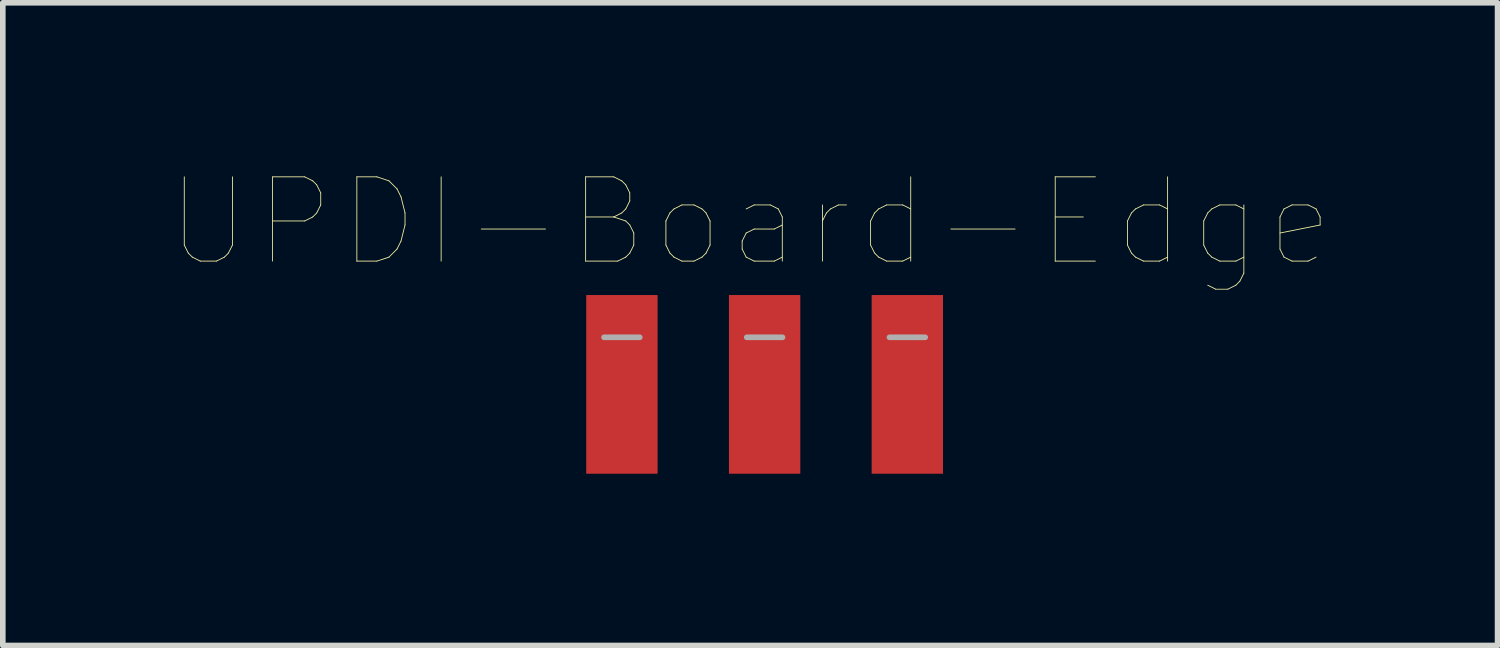
<source format=kicad_pcb>
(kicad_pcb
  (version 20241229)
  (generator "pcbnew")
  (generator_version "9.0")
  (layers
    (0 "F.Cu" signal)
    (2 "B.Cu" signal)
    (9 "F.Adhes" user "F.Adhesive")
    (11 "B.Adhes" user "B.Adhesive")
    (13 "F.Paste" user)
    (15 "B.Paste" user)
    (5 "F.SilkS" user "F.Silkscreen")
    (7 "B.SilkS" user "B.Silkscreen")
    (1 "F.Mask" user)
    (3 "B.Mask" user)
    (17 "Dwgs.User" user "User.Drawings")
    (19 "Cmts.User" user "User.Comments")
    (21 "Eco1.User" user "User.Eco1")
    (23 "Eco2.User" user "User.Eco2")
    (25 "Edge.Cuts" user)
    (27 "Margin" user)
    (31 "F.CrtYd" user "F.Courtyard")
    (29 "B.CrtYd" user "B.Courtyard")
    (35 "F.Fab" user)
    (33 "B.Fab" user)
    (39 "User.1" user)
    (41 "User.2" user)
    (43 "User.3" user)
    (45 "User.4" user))
  (footprint "UPDI-Board-Edge"
    (layer "F.Cu")
    (at 10.431 3.906)
    (property "Reference" "UPDI-Board-Edge" (at -0.13 -3.002 0) (layer "F.SilkS") (effects (font (size 1.5 1.5) (thickness 0.015))))
    (attr through_hole)
    (fp_poly (pts (xy -3.099 -1.756) (xy -1.727 -1.756) (xy -1.727 1.526) (xy -3.099 1.526)) (stroke (width 0.01) (type solid)) (fill yes) (layer "F.Mask"))
    (fp_poly (pts (xy -0.559 -1.756) (xy 0.813 -1.756) (xy 0.813 1.526) (xy -0.559 1.526)) (stroke (width 0.01) (type solid)) (fill yes) (layer "F.Mask"))
    (fp_poly (pts (xy 1.981 -1.756) (xy 3.353 -1.756) (xy 3.353 1.526) (xy 1.981 1.526)) (stroke (width 0.01) (type solid)) (fill yes) (layer "F.Mask"))
    (fp_poly (pts (xy -3.048 -1.704) (xy -1.778 -1.704) (xy -1.778 1.476) (xy -3.048 1.476)) (stroke (width 0.01) (type solid)) (fill yes) (layer "F.Paste"))
    (fp_poly (pts (xy -0.508 -1.704) (xy 0.762 -1.704) (xy 0.762 1.476) (xy -0.508 1.476)) (stroke (width 0.01) (type solid)) (fill yes) (layer "F.Paste"))
    (fp_poly (pts (xy 2.032 -1.704) (xy 3.302 -1.704) (xy 3.302 1.476) (xy 2.032 1.476)) (stroke (width 0.01) (type solid)) (fill yes) (layer "F.Paste"))
    (fp_line (start -2.731 -0.953) (end -2.095 -0.953) (stroke (width 0.1) (type solid)) (layer "F.Fab"))
    (fp_line (start 0.445 -0.953) (end -0.191 -0.953) (stroke (width 0.1) (type solid)) (layer "F.Fab"))
    (fp_line (start 2.985 -0.953) (end 2.349 -0.953) (stroke (width 0.1) (type solid)) (layer "F.Fab"))
    (pad "1" smd rect (at -2.413 -0.115) (size 1.27 3.18) (layers "F.Cu" "F.Paste"))
    (pad "2" smd rect (at 0.127 -0.115) (size 1.27 3.18) (layers "F.Cu" "F.Paste"))
    (pad "3" smd rect (at 2.667 -0.115) (size 1.27 3.18) (layers "F.Cu" "F.Paste")))
  (gr_rect
    (start -3 -3)
    (end 23.602 8.438)
    (stroke (width 0.1) (type default))
    (fill no)
    (layer "Edge.Cuts")))
</source>
